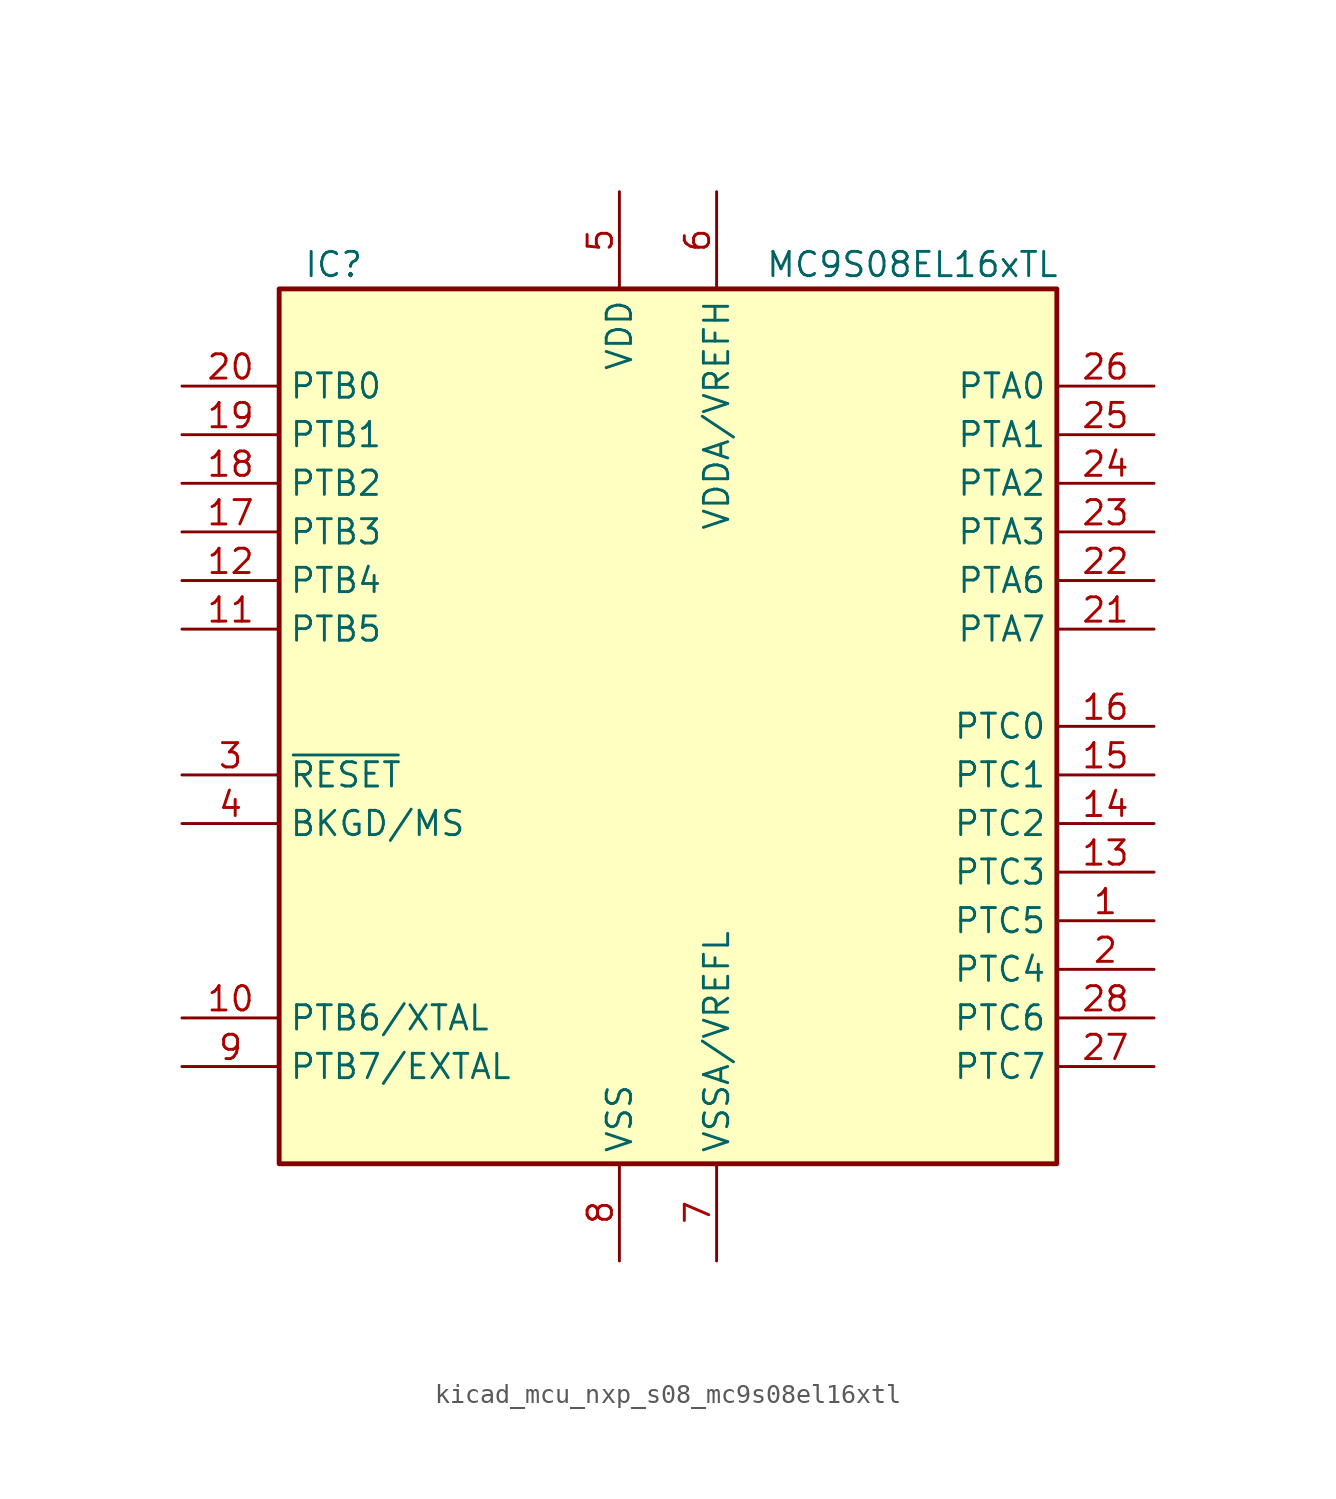
<source format=kicad_sym>
(kicad_symbol_lib
  (version 20220914)
  (generator kicad_symbol_editor)
  (symbol "kicad_mcu_nxp_s08_mc9s08el16xtl"
    (property "Reference" "IC"
      (at -19.05 24.13 0)
      (effects (font (size 1.27 1.27)) (justify left)))
    (property "Value" "MC9S08EL16xTL"
      (at 5.08 24.13 0)
      (effects (font (size 1.27 1.27)) (justify left)))
    (symbol "kicad_mcu_nxp_s08_mc9s08el16xtl_0_1"
      (rectangle (start -20.32 22.86) (end 20.32 -22.86) (stroke (width 0.254) (type default)) (fill (type background))))
    (symbol "kicad_mcu_nxp_s08_mc9s08el16xtl_1_1"
      (pin bidirectional line (at 25.4 -10.16 180) (length 5.08) (name "PTC5" (effects (font (size 1.27 1.27)))) (number "1" (effects (font (size 1.27 1.27)))))
      (pin bidirectional line (at -25.4 -15.24 0) (length 5.08) (name "PTB6/XTAL" (effects (font (size 1.27 1.27)))) (number "10" (effects (font (size 1.27 1.27)))))
      (pin bidirectional line (at -25.4 5.08 0) (length 5.08) (name "PTB5" (effects (font (size 1.27 1.27)))) (number "11" (effects (font (size 1.27 1.27)))))
      (pin bidirectional line (at -25.4 7.62 0) (length 5.08) (name "PTB4" (effects (font (size 1.27 1.27)))) (number "12" (effects (font (size 1.27 1.27)))))
      (pin bidirectional line (at 25.4 -7.62 180) (length 5.08) (name "PTC3" (effects (font (size 1.27 1.27)))) (number "13" (effects (font (size 1.27 1.27)))))
      (pin bidirectional line (at 25.4 -5.08 180) (length 5.08) (name "PTC2" (effects (font (size 1.27 1.27)))) (number "14" (effects (font (size 1.27 1.27)))))
      (pin bidirectional line (at 25.4 -2.54 180) (length 5.08) (name "PTC1" (effects (font (size 1.27 1.27)))) (number "15" (effects (font (size 1.27 1.27)))))
      (pin bidirectional line (at 25.4 0 180) (length 5.08) (name "PTC0" (effects (font (size 1.27 1.27)))) (number "16" (effects (font (size 1.27 1.27)))))
      (pin bidirectional line (at -25.4 10.16 0) (length 5.08) (name "PTB3" (effects (font (size 1.27 1.27)))) (number "17" (effects (font (size 1.27 1.27)))))
      (pin bidirectional line (at -25.4 12.7 0) (length 5.08) (name "PTB2" (effects (font (size 1.27 1.27)))) (number "18" (effects (font (size 1.27 1.27)))))
      (pin bidirectional line (at -25.4 15.24 0) (length 5.08) (name "PTB1" (effects (font (size 1.27 1.27)))) (number "19" (effects (font (size 1.27 1.27)))))
      (pin bidirectional line (at 25.4 -12.7 180) (length 5.08) (name "PTC4" (effects (font (size 1.27 1.27)))) (number "2" (effects (font (size 1.27 1.27)))))
      (pin bidirectional line (at -25.4 17.78 0) (length 5.08) (name "PTB0" (effects (font (size 1.27 1.27)))) (number "20" (effects (font (size 1.27 1.27)))))
      (pin bidirectional line (at 25.4 5.08 180) (length 5.08) (name "PTA7" (effects (font (size 1.27 1.27)))) (number "21" (effects (font (size 1.27 1.27)))))
      (pin bidirectional line (at 25.4 7.62 180) (length 5.08) (name "PTA6" (effects (font (size 1.27 1.27)))) (number "22" (effects (font (size 1.27 1.27)))))
      (pin bidirectional line (at 25.4 10.16 180) (length 5.08) (name "PTA3" (effects (font (size 1.27 1.27)))) (number "23" (effects (font (size 1.27 1.27)))))
      (pin bidirectional line (at 25.4 12.7 180) (length 5.08) (name "PTA2" (effects (font (size 1.27 1.27)))) (number "24" (effects (font (size 1.27 1.27)))))
      (pin bidirectional line (at 25.4 15.24 180) (length 5.08) (name "PTA1" (effects (font (size 1.27 1.27)))) (number "25" (effects (font (size 1.27 1.27)))))
      (pin bidirectional line (at 25.4 17.78 180) (length 5.08) (name "PTA0" (effects (font (size 1.27 1.27)))) (number "26" (effects (font (size 1.27 1.27)))))
      (pin bidirectional line (at 25.4 -17.78 180) (length 5.08) (name "PTC7" (effects (font (size 1.27 1.27)))) (number "27" (effects (font (size 1.27 1.27)))))
      (pin bidirectional line (at 25.4 -15.24 180) (length 5.08) (name "PTC6" (effects (font (size 1.27 1.27)))) (number "28" (effects (font (size 1.27 1.27)))))
      (pin input line (at -25.4 -2.54 0) (length 5.08) (name "~{RESET}" (effects (font (size 1.27 1.27)))) (number "3" (effects (font (size 1.27 1.27)))))
      (pin bidirectional line (at -25.4 -5.08 0) (length 5.08) (name "BKGD/MS" (effects (font (size 1.27 1.27)))) (number "4" (effects (font (size 1.27 1.27)))))
      (pin power_in line (at -2.54 27.94 270) (length 5.08) (name "VDD" (effects (font (size 1.27 1.27)))) (number "5" (effects (font (size 1.27 1.27)))))
      (pin power_in line (at 2.54 27.94 270) (length 5.08) (name "VDDA/VREFH" (effects (font (size 1.27 1.27)))) (number "6" (effects (font (size 1.27 1.27)))))
      (pin power_in line (at 2.54 -27.94 90) (length 5.08) (name "VSSA/VREFL" (effects (font (size 1.27 1.27)))) (number "7" (effects (font (size 1.27 1.27)))))
      (pin power_in line (at -2.54 -27.94 90) (length 5.08) (name "VSS" (effects (font (size 1.27 1.27)))) (number "8" (effects (font (size 1.27 1.27)))))
      (pin bidirectional line (at -25.4 -17.78 0) (length 5.08) (name "PTB7/EXTAL" (effects (font (size 1.27 1.27)))) (number "9" (effects (font (size 1.27 1.27))))))))
</source>
